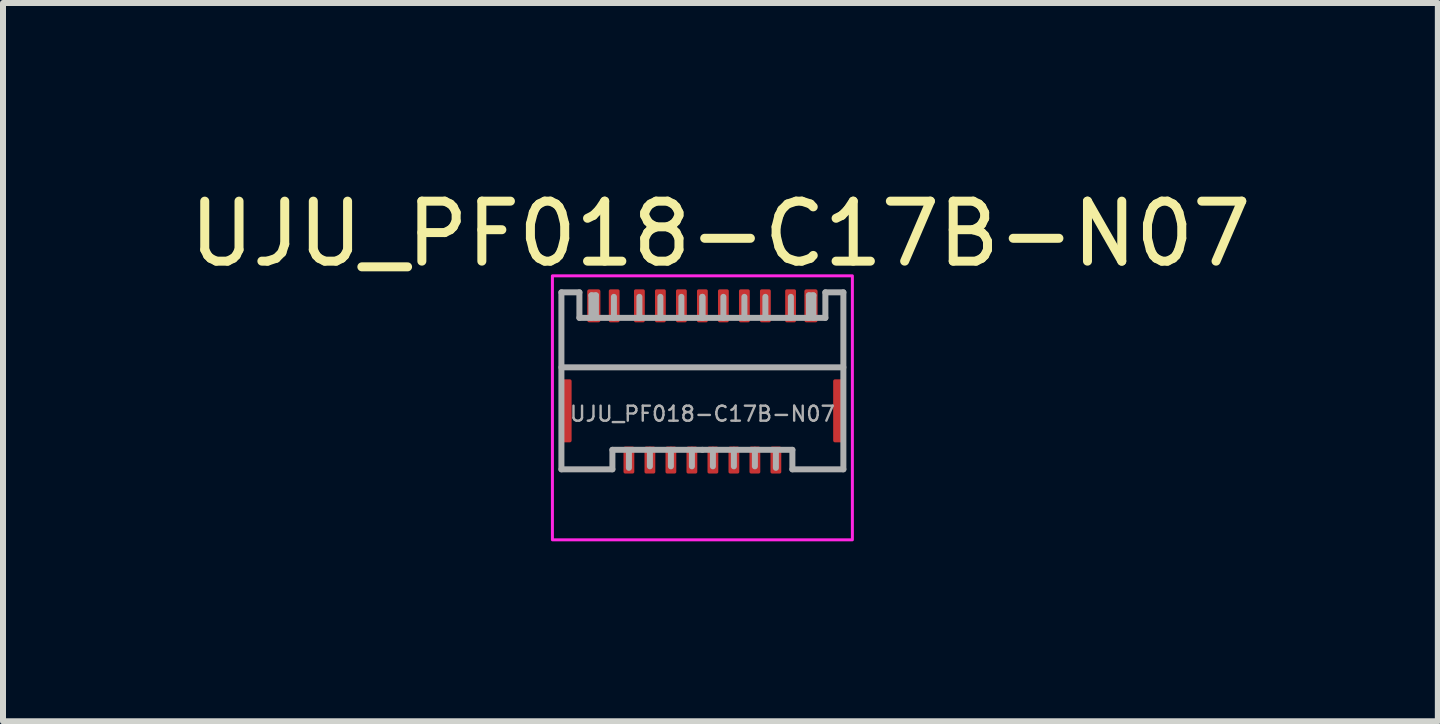
<source format=kicad_pcb>
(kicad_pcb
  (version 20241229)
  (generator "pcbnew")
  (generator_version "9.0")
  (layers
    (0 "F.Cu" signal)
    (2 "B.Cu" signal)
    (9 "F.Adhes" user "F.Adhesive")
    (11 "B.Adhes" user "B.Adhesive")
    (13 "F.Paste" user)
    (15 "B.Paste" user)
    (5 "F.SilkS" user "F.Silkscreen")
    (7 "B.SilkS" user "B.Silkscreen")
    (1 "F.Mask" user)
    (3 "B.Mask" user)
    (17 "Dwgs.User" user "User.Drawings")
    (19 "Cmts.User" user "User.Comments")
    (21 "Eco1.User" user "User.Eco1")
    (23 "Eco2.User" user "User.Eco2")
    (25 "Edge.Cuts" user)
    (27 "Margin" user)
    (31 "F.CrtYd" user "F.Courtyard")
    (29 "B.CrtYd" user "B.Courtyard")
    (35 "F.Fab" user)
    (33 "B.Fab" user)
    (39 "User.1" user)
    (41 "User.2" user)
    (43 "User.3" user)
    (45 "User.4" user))
  (footprint "UJU_PF018-C17B-N07"
    (layer "F.Cu")
    (at 8.658 2.048)
    (property "Reference" "UJU_PF018-C17B-N07" (at 0.3 -1.2 0) (unlocked yes) (layer "F.SilkS") (effects (font (size 1 1) (thickness 0.15))))
    (attr smd)
    (fp_rect (start -2.5 -0.5) (end 2.5 3.9) (stroke (width 0.05) (type default)) (fill no) (layer "F.CrtYd"))
    (fp_line (start -2.35 -0.225) (end -2.35 2.725) (stroke (width 0.1) (type default)) (layer "F.Fab"))
    (fp_line (start -2.35 -0.225) (end -2.05 -0.225) (stroke (width 0.1) (type default)) (layer "F.Fab"))
    (fp_line (start -2.35 1.025) (end 2.35 1.025) (stroke (width 0.1) (type default)) (layer "F.Fab"))
    (fp_line (start -2.35 2.725) (end -1.5 2.725) (stroke (width 0.1) (type default)) (layer "F.Fab"))
    (fp_line (start -2.05 -0.225) (end -2.05 0.2) (stroke (width 0.1) (type default)) (layer "F.Fab"))
    (fp_line (start -2.05 0.2) (end 0 0.2) (stroke (width 0.1) (type default)) (layer "F.Fab"))
    (fp_line (start -1.85 -0.175) (end -1.775 -0.175) (stroke (width 0.1) (type default)) (layer "F.Fab"))
    (fp_line (start -1.85 0.2) (end -1.85 -0.175) (stroke (width 0.1) (type default)) (layer "F.Fab"))
    (fp_line (start -1.775 -0.175) (end -1.775 0.2) (stroke (width 0.1) (type default)) (layer "F.Fab"))
    (fp_line (start -1.5 2.4) (end 0 2.4) (stroke (width 0.1) (type default)) (layer "F.Fab"))
    (fp_line (start -1.5 2.725) (end -1.5 2.4) (stroke (width 0.1) (type default)) (layer "F.Fab"))
    (fp_line (start -1.475 0.2) (end -1.475 -0.15) (stroke (width 0.1) (type default)) (layer "F.Fab"))
    (fp_line (start -1.225 2.425) (end -1.225 2.7) (stroke (width 0.1) (type default)) (layer "F.Fab"))
    (fp_line (start -1.05 0.2) (end -1.05 -0.15) (stroke (width 0.1) (type default)) (layer "F.Fab"))
    (fp_line (start -0.875 2.4) (end -0.875 2.675) (stroke (width 0.1) (type default)) (layer "F.Fab"))
    (fp_line (start -0.7 0.2) (end -0.7 -0.15) (stroke (width 0.1) (type default)) (layer "F.Fab"))
    (fp_line (start -0.525 2.4) (end -0.525 2.675) (stroke (width 0.1) (type default)) (layer "F.Fab"))
    (fp_line (start -0.35 0.2) (end -0.35 -0.15) (stroke (width 0.1) (type default)) (layer "F.Fab"))
    (fp_line (start -0.175 2.4) (end -0.175 2.675) (stroke (width 0.1) (type default)) (layer "F.Fab"))
    (fp_line (start 0 0.2) (end 0 -0.15) (stroke (width 0.1) (type default)) (layer "F.Fab"))
    (fp_line (start 0 0.2) (end 0 -0.15) (stroke (width 0.1) (type default)) (layer "F.Fab"))
    (fp_line (start 0.175 2.4) (end 0.175 2.675) (stroke (width 0.1) (type default)) (layer "F.Fab"))
    (fp_line (start 0.35 0.2) (end 0.35 -0.15) (stroke (width 0.1) (type default)) (layer "F.Fab"))
    (fp_line (start 0.525 2.4) (end 0.525 2.675) (stroke (width 0.1) (type default)) (layer "F.Fab"))
    (fp_line (start 0.7 0.2) (end 0.7 -0.15) (stroke (width 0.1) (type default)) (layer "F.Fab"))
    (fp_line (start 0.875 2.4) (end 0.875 2.675) (stroke (width 0.1) (type default)) (layer "F.Fab"))
    (fp_line (start 1.05 0.2) (end 1.05 -0.15) (stroke (width 0.1) (type default)) (layer "F.Fab"))
    (fp_line (start 1.225 2.425) (end 1.225 2.7) (stroke (width 0.1) (type default)) (layer "F.Fab"))
    (fp_line (start 1.475 0.2) (end 1.475 -0.15) (stroke (width 0.1) (type default)) (layer "F.Fab"))
    (fp_line (start 1.5 2.4) (end 0 2.4) (stroke (width 0.1) (type default)) (layer "F.Fab"))
    (fp_line (start 1.5 2.725) (end 1.5 2.4) (stroke (width 0.1) (type default)) (layer "F.Fab"))
    (fp_line (start 1.775 -0.175) (end 1.775 0.2) (stroke (width 0.1) (type default)) (layer "F.Fab"))
    (fp_line (start 1.85 -0.175) (end 1.775 -0.175) (stroke (width 0.1) (type default)) (layer "F.Fab"))
    (fp_line (start 1.85 0.2) (end 1.85 -0.175) (stroke (width 0.1) (type default)) (layer "F.Fab"))
    (fp_line (start 2.05 -0.225) (end 2.05 0.2) (stroke (width 0.1) (type default)) (layer "F.Fab"))
    (fp_line (start 2.05 0.2) (end 0 0.2) (stroke (width 0.1) (type default)) (layer "F.Fab"))
    (fp_line (start 2.35 -0.225) (end 2.05 -0.225) (stroke (width 0.1) (type default)) (layer "F.Fab"))
    (fp_line (start 2.35 -0.225) (end 2.35 2.725) (stroke (width 0.1) (type default)) (layer "F.Fab"))
    (fp_line (start 2.35 2.725) (end 1.5 2.725) (stroke (width 0.1) (type default)) (layer "F.Fab"))
    (fp_text user "${REFERENCE}" (at 0 1.8 0) (unlocked yes) (layer "F.Fab") (effects (font (size 0.25 0.25) (thickness 0.04))))
    (pad "1" smd roundrect (at -1.225 2.57) (size 0.18 0.45) (layers "F.Cu" "F.Mask" "F.Paste") (roundrect_rratio 0.15))
    (pad "2" smd roundrect (at -1.05 0) (size 0.18 0.55) (layers "F.Cu" "F.Mask" "F.Paste") (roundrect_rratio 0.15))
    (pad "3" smd roundrect (at -0.875 2.57) (size 0.18 0.45) (layers "F.Cu" "F.Mask" "F.Paste") (roundrect_rratio 0.15))
    (pad "4" smd roundrect (at -0.7 0) (size 0.18 0.55) (layers "F.Cu" "F.Mask" "F.Paste") (roundrect_rratio 0.15))
    (pad "5" smd roundrect (at -0.525 2.57) (size 0.18 0.45) (layers "F.Cu" "F.Mask" "F.Paste") (roundrect_rratio 0.15))
    (pad "6" smd roundrect (at -0.35 0) (size 0.18 0.55) (layers "F.Cu" "F.Mask" "F.Paste") (roundrect_rratio 0.15))
    (pad "7" smd roundrect (at -0.175 2.57) (size 0.18 0.45) (layers "F.Cu" "F.Mask" "F.Paste") (roundrect_rratio 0.15))
    (pad "8" smd roundrect (at 0 0) (size 0.18 0.55) (layers "F.Cu" "F.Mask" "F.Paste") (roundrect_rratio 0.15))
    (pad "9" smd roundrect (at 0.175 2.57) (size 0.18 0.45) (layers "F.Cu" "F.Mask" "F.Paste") (roundrect_rratio 0.15))
    (pad "10" smd roundrect (at 0.35 0 180) (size 0.18 0.55) (layers "F.Cu" "F.Mask" "F.Paste") (roundrect_rratio 0.15))
    (pad "11" smd roundrect (at 0.525 2.57) (size 0.18 0.45) (layers "F.Cu" "F.Mask" "F.Paste") (roundrect_rratio 0.15))
    (pad "12" smd roundrect (at 0.7 0 180) (size 0.18 0.55) (layers "F.Cu" "F.Mask" "F.Paste") (roundrect_rratio 0.15))
    (pad "13" smd roundrect (at 0.875 2.57) (size 0.18 0.45) (layers "F.Cu" "F.Mask" "F.Paste") (roundrect_rratio 0.15))
    (pad "14" smd roundrect (at 1.05 0 180) (size 0.18 0.55) (layers "F.Cu" "F.Mask" "F.Paste") (roundrect_rratio 0.15))
    (pad "15" smd roundrect (at 1.225 2.57) (size 0.18 0.45) (layers "F.Cu" "F.Mask" "F.Paste") (roundrect_rratio 0.15))
    (pad "MP" smd roundrect (at -2.28 1.75) (size 0.2 1.05) (layers "F.Cu" "F.Mask" "F.Paste") (roundrect_rratio 0.15))
    (pad "MP" smd roundrect (at -1.81 0) (size 0.22 0.55) (layers "F.Cu" "F.Mask" "F.Paste") (roundrect_rratio 0.15))
    (pad "MP" smd roundrect (at 1.81 0 180) (size 0.22 0.55) (layers "F.Cu" "F.Mask" "F.Paste") (roundrect_rratio 0.15))
    (pad "MP" smd roundrect (at 2.28 1.75) (size 0.2 1.05) (layers "F.Cu" "F.Mask" "F.Paste") (roundrect_rratio 0.15))
    (pad "PT1" smd roundrect (at -1.47 0) (size 0.18 0.55) (layers "F.Cu" "F.Mask" "F.Paste") (roundrect_rratio 0.15))
    (pad "PT2" smd roundrect (at 1.47 0 180) (size 0.18 0.55) (layers "F.Cu" "F.Mask" "F.Paste") (roundrect_rratio 0.15)))
  (gr_rect
    (start -3 -3)
    (end 20.917 8.973)
    (stroke (width 0.1) (type default))
    (fill no)
    (layer "Edge.Cuts")))
</source>
